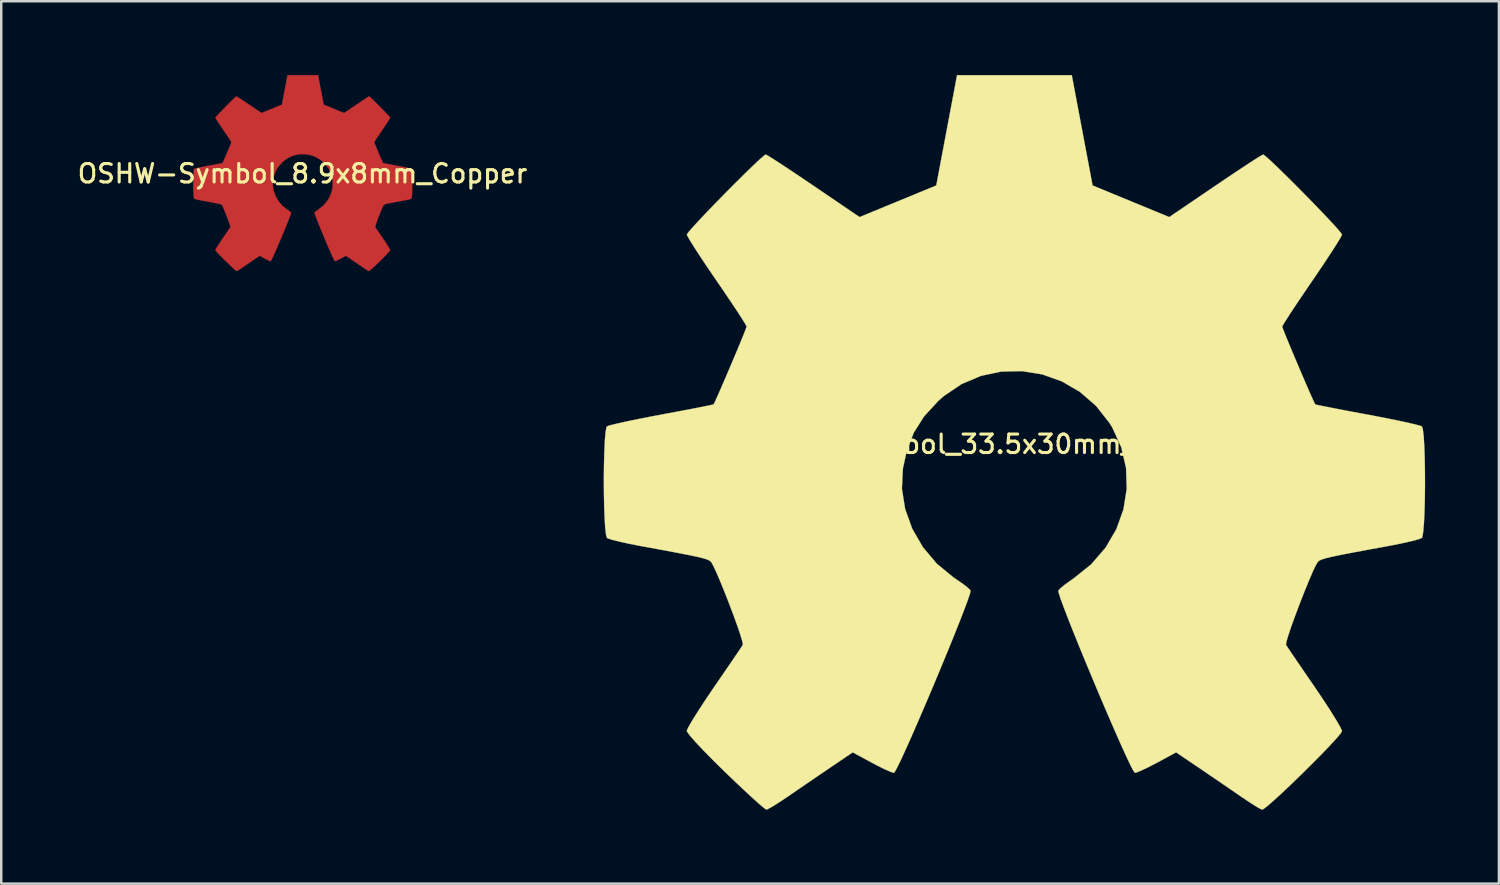
<source format=kicad_pcb>
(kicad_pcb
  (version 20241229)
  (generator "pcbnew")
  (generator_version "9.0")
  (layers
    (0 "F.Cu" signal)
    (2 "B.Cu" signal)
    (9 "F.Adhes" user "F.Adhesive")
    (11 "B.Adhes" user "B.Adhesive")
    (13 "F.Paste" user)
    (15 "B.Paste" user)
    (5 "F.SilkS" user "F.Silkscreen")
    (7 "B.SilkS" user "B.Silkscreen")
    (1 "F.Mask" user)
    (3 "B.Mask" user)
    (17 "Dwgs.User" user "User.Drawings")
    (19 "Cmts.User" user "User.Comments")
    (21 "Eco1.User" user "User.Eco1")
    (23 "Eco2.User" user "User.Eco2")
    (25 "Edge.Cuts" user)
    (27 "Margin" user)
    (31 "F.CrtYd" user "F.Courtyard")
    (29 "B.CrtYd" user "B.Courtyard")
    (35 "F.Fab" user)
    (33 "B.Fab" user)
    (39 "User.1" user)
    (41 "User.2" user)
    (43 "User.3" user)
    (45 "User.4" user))
  (footprint "OSHW-Symbol_33.5x30mm_SilkScreen"
    (layer "F.Cu")
    (at 38.112 14.993)
    (property "Reference" "OSHW-Symbol_33.5x30mm_SilkScreen" (at 0 0 0) (layer "F.SilkS") (effects (font (size 0.75 0.75) (thickness 0.125))))
    (attr exclude_from_pos_files exclude_from_bom allow_missing_courtyard)
    (fp_poly (pts (xy 2.8 -12.748) (xy 3.222 -10.509) (xy 4.779 -9.867) (xy 6.337 -9.225) (xy 8.206 -10.495) (xy 8.73 -10.849) (xy 9.203 -11.165) (xy 9.603 -11.429) (xy 9.91 -11.626) (xy 10.1 -11.741) (xy 10.151 -11.766) (xy 10.244 -11.702) (xy 10.443 -11.525) (xy 10.726 -11.257) (xy 11.07 -10.921) (xy 11.453 -10.54) (xy 11.852 -10.137) (xy 12.246 -9.733) (xy 12.612 -9.352) (xy 12.927 -9.017) (xy 13.17 -8.75) (xy 13.318 -8.573) (xy 13.354 -8.514) (xy 13.303 -8.405) (xy 13.16 -8.166) (xy 12.94 -7.821) (xy 12.658 -7.393) (xy 12.33 -6.905) (xy 12.14 -6.627) (xy 11.793 -6.118) (xy 11.485 -5.66) (xy 11.23 -5.274) (xy 11.044 -4.983) (xy 10.941 -4.81) (xy 10.926 -4.774) (xy 10.961 -4.67) (xy 11.056 -4.43) (xy 11.197 -4.086) (xy 11.37 -3.672) (xy 11.56 -3.222) (xy 11.753 -2.77) (xy 11.934 -2.35) (xy 12.089 -1.996) (xy 12.204 -1.741) (xy 12.265 -1.619) (xy 12.268 -1.615) (xy 12.363 -1.591) (xy 12.615 -1.54) (xy 12.999 -1.464) (xy 13.488 -1.37) (xy 14.056 -1.263) (xy 14.387 -1.202) (xy 14.994 -1.086) (xy 15.542 -0.976) (xy 16.004 -0.878) (xy 16.352 -0.797) (xy 16.557 -0.74) (xy 16.599 -0.722) (xy 16.639 -0.599) (xy 16.672 -0.323) (xy 16.697 0.076) (xy 16.714 0.564) (xy 16.723 1.11) (xy 16.725 1.68) (xy 16.719 2.242) (xy 16.705 2.765) (xy 16.683 3.215) (xy 16.654 3.56) (xy 16.618 3.768) (xy 16.596 3.812) (xy 16.464 3.864) (xy 16.185 3.938) (xy 15.796 4.026) (xy 15.333 4.119) (xy 15.172 4.149) (xy 14.393 4.292) (xy 13.777 4.407) (xy 13.305 4.498) (xy 12.956 4.571) (xy 12.71 4.63) (xy 12.546 4.68) (xy 12.444 4.724) (xy 12.384 4.768) (xy 12.375 4.777) (xy 12.291 4.918) (xy 12.162 5.191) (xy 12.002 5.565) (xy 11.823 6.004) (xy 11.638 6.475) (xy 11.46 6.946) (xy 11.302 7.382) (xy 11.178 7.75) (xy 11.098 8.017) (xy 11.078 8.149) (xy 11.079 8.153) (xy 11.15 8.261) (xy 11.309 8.497) (xy 11.541 8.839) (xy 11.829 9.26) (xy 12.156 9.736) (xy 12.249 9.871) (xy 12.58 10.362) (xy 12.872 10.81) (xy 13.108 11.189) (xy 13.273 11.473) (xy 13.35 11.638) (xy 13.354 11.658) (xy 13.289 11.764) (xy 13.11 11.975) (xy 12.84 12.267) (xy 12.502 12.618) (xy 12.119 13.005) (xy 11.714 13.406) (xy 11.309 13.799) (xy 10.928 14.159) (xy 10.594 14.466) (xy 10.33 14.696) (xy 10.159 14.826) (xy 10.112 14.848) (xy 10.001 14.798) (xy 9.775 14.662) (xy 9.471 14.464) (xy 9.236 14.305) (xy 8.812 14.013) (xy 8.309 13.669) (xy 7.804 13.325) (xy 7.533 13.141) (xy 6.615 12.52) (xy 5.845 12.937) (xy 5.494 13.12) (xy 5.195 13.261) (xy 4.993 13.342) (xy 4.942 13.354) (xy 4.88 13.27) (xy 4.758 13.036) (xy 4.585 12.671) (xy 4.37 12.197) (xy 4.122 11.637) (xy 3.851 11.011) (xy 3.564 10.343) (xy 3.273 9.652) (xy 2.985 8.961) (xy 2.709 8.292) (xy 2.456 7.666) (xy 2.233 7.105) (xy 2.051 6.631) (xy 1.917 6.265) (xy 1.842 6.029) (xy 1.83 5.948) (xy 1.926 5.844) (xy 2.136 5.676) (xy 2.416 5.479) (xy 2.44 5.463) (xy 3.164 4.883) (xy 3.749 4.206) (xy 4.188 3.454) (xy 4.476 2.649) (xy 4.609 1.812) (xy 4.581 0.965) (xy 4.388 0.129) (xy 4.024 -0.673) (xy 3.917 -0.849) (xy 3.36 -1.558) (xy 2.701 -2.127) (xy 1.965 -2.554) (xy 1.173 -2.835) (xy 0.348 -2.967) (xy -0.487 -2.948) (xy -1.309 -2.775) (xy -2.095 -2.444) (xy -2.823 -1.953) (xy -3.048 -1.754) (xy -3.621 -1.13) (xy -4.038 -0.473) (xy -4.325 0.263) (xy -4.484 0.993) (xy -4.524 1.813) (xy -4.392 2.636) (xy -4.104 3.437) (xy -3.671 4.185) (xy -3.108 4.854) (xy -2.427 5.416) (xy -2.338 5.475) (xy -2.054 5.669) (xy -1.839 5.837) (xy -1.736 5.944) (xy -1.734 5.948) (xy -1.756 6.064) (xy -1.844 6.327) (xy -1.988 6.716) (xy -2.18 7.209) (xy -2.409 7.784) (xy -2.668 8.42) (xy -2.947 9.095) (xy -3.236 9.788) (xy -3.528 10.476) (xy -3.812 11.137) (xy -4.079 11.752) (xy -4.322 12.297) (xy -4.529 12.751) (xy -4.693 13.092) (xy -4.804 13.299) (xy -4.848 13.354) (xy -4.985 13.311) (xy -5.24 13.198) (xy -5.57 13.033) (xy -5.751 12.937) (xy -6.522 12.52) (xy -7.44 13.141) (xy -7.908 13.459) (xy -8.421 13.809) (xy -8.902 14.139) (xy -9.143 14.305) (xy -9.482 14.532) (xy -9.768 14.713) (xy -9.966 14.823) (xy -10.03 14.846) (xy -10.123 14.783) (xy -10.33 14.608) (xy -10.63 14.338) (xy -11.003 13.992) (xy -11.429 13.588) (xy -11.699 13.329) (xy -12.17 12.865) (xy -12.578 12.451) (xy -12.905 12.103) (xy -13.135 11.84) (xy -13.252 11.678) (xy -13.263 11.646) (xy -13.211 11.521) (xy -13.068 11.269) (xy -12.848 10.916) (xy -12.57 10.486) (xy -12.247 10.005) (xy -12.155 9.871) (xy -11.821 9.384) (xy -11.521 8.946) (xy -11.272 8.581) (xy -11.091 8.313) (xy -10.995 8.168) (xy -10.986 8.153) (xy -11 8.038) (xy -11.074 7.783) (xy -11.194 7.424) (xy -11.349 6.994) (xy -11.525 6.525) (xy -11.71 6.052) (xy -11.89 5.608) (xy -12.053 5.226) (xy -12.186 4.941) (xy -12.275 4.785) (xy -12.282 4.777) (xy -12.337 4.733) (xy -12.429 4.688) (xy -12.58 4.64) (xy -12.809 4.583) (xy -13.137 4.513) (xy -13.584 4.426) (xy -14.17 4.315) (xy -14.917 4.178) (xy -15.078 4.149) (xy -15.557 4.056) (xy -15.974 3.966) (xy -16.294 3.886) (xy -16.478 3.826) (xy -16.502 3.812) (xy -16.543 3.687) (xy -16.576 3.409) (xy -16.601 3.009) (xy -16.619 2.52) (xy -16.629 1.974) (xy -16.632 1.404) (xy -16.626 0.842) (xy -16.613 0.32) (xy -16.592 -0.129) (xy -16.564 -0.473) (xy -16.527 -0.68) (xy -16.505 -0.722) (xy -16.383 -0.765) (xy -16.105 -0.834) (xy -15.698 -0.924) (xy -15.19 -1.029) (xy -14.61 -1.142) (xy -14.294 -1.202) (xy -13.694 -1.314) (xy -13.159 -1.415) (xy -12.715 -1.501) (xy -12.388 -1.567) (xy -12.205 -1.606) (xy -12.175 -1.615) (xy -12.124 -1.713) (xy -12.016 -1.95) (xy -11.866 -2.292) (xy -11.688 -2.704) (xy -11.496 -3.154) (xy -11.304 -3.607) (xy -11.128 -4.029) (xy -10.981 -4.386) (xy -10.878 -4.645) (xy -10.833 -4.772) (xy -10.832 -4.778) (xy -10.883 -4.878) (xy -11.026 -5.108) (xy -11.246 -5.446) (xy -11.527 -5.868) (xy -11.855 -6.352) (xy -12.046 -6.63) (xy -12.394 -7.14) (xy -12.703 -7.602) (xy -12.958 -7.995) (xy -13.144 -8.293) (xy -13.246 -8.475) (xy -13.26 -8.515) (xy -13.197 -8.61) (xy -13.022 -8.812) (xy -12.758 -9.099) (xy -12.428 -9.448) (xy -12.052 -9.837) (xy -11.655 -10.242) (xy -11.257 -10.642) (xy -10.882 -11.013) (xy -10.551 -11.333) (xy -10.288 -11.58) (xy -10.114 -11.73) (xy -10.056 -11.766) (xy -9.961 -11.716) (xy -9.734 -11.574) (xy -9.398 -11.356) (xy -8.973 -11.075) (xy -8.483 -10.746) (xy -8.113 -10.495) (xy -6.244 -9.225) (xy -4.686 -9.867) (xy -3.128 -10.509) (xy -2.706 -12.748) (xy -2.284 -14.988) (xy 2.377 -14.988) (xy 2.8 -12.748)) (stroke (width 0.01) (type solid)) (fill yes) (layer "F.SilkS")))
  (footprint "OSHW-Symbol_8.9x8mm_Copper"
    (layer "F.Cu")
    (at 9.238 4.002)
    (property "Reference" "OSHW-Symbol_8.9x8mm_Copper" (at 0 0 0) (layer "F.SilkS") (effects (font (size 0.75 0.75) (thickness 0.125))))
    (attr exclude_from_pos_files exclude_from_bom allow_missing_courtyard)
    (fp_poly (pts (xy 0.747 -3.4) (xy 0.859 -2.802) (xy 1.275 -2.631) (xy 1.69 -2.46) (xy 2.188 -2.799) (xy 2.328 -2.893) (xy 2.454 -2.977) (xy 2.561 -3.048) (xy 2.643 -3.1) (xy 2.693 -3.131) (xy 2.707 -3.138) (xy 2.732 -3.121) (xy 2.785 -3.073) (xy 2.86 -3.002) (xy 2.952 -2.912) (xy 3.054 -2.811) (xy 3.161 -2.703) (xy 3.266 -2.596) (xy 3.363 -2.494) (xy 3.447 -2.405) (xy 3.512 -2.333) (xy 3.552 -2.286) (xy 3.561 -2.27) (xy 3.547 -2.241) (xy 3.509 -2.178) (xy 3.451 -2.086) (xy 3.376 -1.971) (xy 3.288 -1.841) (xy 3.237 -1.767) (xy 3.145 -1.632) (xy 3.063 -1.509) (xy 2.995 -1.406) (xy 2.945 -1.329) (xy 2.918 -1.283) (xy 2.914 -1.273) (xy 2.923 -1.245) (xy 2.948 -1.181) (xy 2.986 -1.09) (xy 3.032 -0.979) (xy 3.083 -0.859) (xy 3.134 -0.739) (xy 3.182 -0.627) (xy 3.224 -0.532) (xy 3.254 -0.464) (xy 3.271 -0.432) (xy 3.272 -0.431) (xy 3.297 -0.424) (xy 3.364 -0.411) (xy 3.466 -0.39) (xy 3.597 -0.365) (xy 3.748 -0.337) (xy 3.837 -0.32) (xy 3.998 -0.29) (xy 4.145 -0.26) (xy 4.268 -0.234) (xy 4.36 -0.213) (xy 4.415 -0.197) (xy 4.426 -0.193) (xy 4.437 -0.16) (xy 4.446 -0.086) (xy 4.452 0.02) (xy 4.457 0.15) (xy 4.46 0.296) (xy 4.46 0.448) (xy 4.458 0.598) (xy 4.455 0.737) (xy 4.449 0.857) (xy 4.441 0.949) (xy 4.431 1.005) (xy 4.425 1.016) (xy 4.39 1.03) (xy 4.316 1.05) (xy 4.212 1.074) (xy 4.089 1.098) (xy 4.046 1.106) (xy 3.838 1.144) (xy 3.674 1.175) (xy 3.548 1.2) (xy 3.455 1.219) (xy 3.389 1.235) (xy 3.346 1.248) (xy 3.318 1.26) (xy 3.302 1.272) (xy 3.3 1.274) (xy 3.278 1.311) (xy 3.243 1.384) (xy 3.2 1.484) (xy 3.153 1.601) (xy 3.103 1.727) (xy 3.056 1.852) (xy 3.014 1.969) (xy 2.981 2.067) (xy 2.96 2.138) (xy 2.954 2.173) (xy 2.954 2.174) (xy 2.973 2.203) (xy 3.016 2.266) (xy 3.078 2.357) (xy 3.154 2.469) (xy 3.241 2.596) (xy 3.266 2.632) (xy 3.355 2.763) (xy 3.433 2.883) (xy 3.496 2.984) (xy 3.539 3.06) (xy 3.56 3.103) (xy 3.561 3.109) (xy 3.544 3.137) (xy 3.496 3.193) (xy 3.424 3.271) (xy 3.334 3.365) (xy 3.232 3.468) (xy 3.124 3.575) (xy 3.016 3.68) (xy 2.914 3.776) (xy 2.825 3.858) (xy 2.755 3.919) (xy 2.709 3.954) (xy 2.696 3.959) (xy 2.667 3.946) (xy 2.607 3.91) (xy 2.526 3.857) (xy 2.463 3.815) (xy 2.35 3.737) (xy 2.216 3.645) (xy 2.081 3.553) (xy 2.009 3.504) (xy 1.764 3.339) (xy 1.559 3.45) (xy 1.465 3.499) (xy 1.385 3.536) (xy 1.331 3.558) (xy 1.318 3.561) (xy 1.301 3.539) (xy 1.269 3.476) (xy 1.223 3.379) (xy 1.165 3.253) (xy 1.099 3.103) (xy 1.027 2.936) (xy 0.951 2.758) (xy 0.873 2.574) (xy 0.796 2.39) (xy 0.723 2.211) (xy 0.655 2.044) (xy 0.596 1.895) (xy 0.547 1.768) (xy 0.511 1.671) (xy 0.491 1.608) (xy 0.488 1.586) (xy 0.513 1.558) (xy 0.57 1.514) (xy 0.644 1.461) (xy 0.651 1.457) (xy 0.844 1.302) (xy 1 1.122) (xy 1.117 0.921) (xy 1.194 0.706) (xy 1.229 0.483) (xy 1.222 0.257) (xy 1.17 0.034) (xy 1.073 -0.18) (xy 1.044 -0.226) (xy 0.896 -0.415) (xy 0.72 -0.567) (xy 0.524 -0.681) (xy 0.313 -0.756) (xy 0.093 -0.791) (xy -0.13 -0.786) (xy -0.349 -0.74) (xy -0.559 -0.652) (xy -0.753 -0.521) (xy -0.813 -0.468) (xy -0.966 -0.301) (xy -1.077 -0.126) (xy -1.153 0.07) (xy -1.196 0.265) (xy -1.206 0.483) (xy -1.171 0.703) (xy -1.094 0.916) (xy -0.979 1.116) (xy -0.829 1.294) (xy -0.647 1.444) (xy -0.623 1.46) (xy -0.548 1.512) (xy -0.49 1.557) (xy -0.463 1.585) (xy -0.462 1.586) (xy -0.468 1.617) (xy -0.492 1.687) (xy -0.53 1.791) (xy -0.581 1.922) (xy -0.642 2.076) (xy -0.711 2.245) (xy -0.786 2.425) (xy -0.863 2.61) (xy -0.941 2.793) (xy -1.016 2.97) (xy -1.088 3.134) (xy -1.152 3.279) (xy -1.208 3.4) (xy -1.251 3.491) (xy -1.281 3.546) (xy -1.293 3.561) (xy -1.329 3.55) (xy -1.397 3.519) (xy -1.485 3.476) (xy -1.534 3.45) (xy -1.739 3.339) (xy -1.984 3.504) (xy -2.109 3.589) (xy -2.246 3.683) (xy -2.374 3.77) (xy -2.438 3.815) (xy -2.528 3.875) (xy -2.605 3.923) (xy -2.658 3.953) (xy -2.675 3.959) (xy -2.7 3.942) (xy -2.755 3.895) (xy -2.835 3.823) (xy -2.934 3.731) (xy -3.048 3.623) (xy -3.12 3.554) (xy -3.245 3.431) (xy -3.354 3.32) (xy -3.441 3.227) (xy -3.503 3.157) (xy -3.534 3.114) (xy -3.537 3.105) (xy -3.523 3.072) (xy -3.485 3.005) (xy -3.426 2.911) (xy -3.352 2.796) (xy -3.266 2.668) (xy -3.241 2.632) (xy -3.152 2.502) (xy -3.072 2.386) (xy -3.006 2.288) (xy -2.958 2.217) (xy -2.932 2.178) (xy -2.93 2.174) (xy -2.933 2.143) (xy -2.953 2.076) (xy -2.985 1.98) (xy -3.026 1.865) (xy -3.073 1.74) (xy -3.123 1.614) (xy -3.171 1.495) (xy -3.214 1.394) (xy -3.25 1.318) (xy -3.273 1.276) (xy -3.275 1.274) (xy -3.29 1.262) (xy -3.314 1.25) (xy -3.355 1.237) (xy -3.416 1.222) (xy -3.503 1.204) (xy -3.622 1.18) (xy -3.779 1.151) (xy -3.978 1.114) (xy -4.021 1.106) (xy -4.149 1.082) (xy -4.26 1.058) (xy -4.345 1.036) (xy -4.394 1.02) (xy -4.401 1.016) (xy -4.411 0.983) (xy -4.42 0.909) (xy -4.427 0.802) (xy -4.432 0.672) (xy -4.434 0.526) (xy -4.435 0.374) (xy -4.434 0.224) (xy -4.43 0.085) (xy -4.425 -0.034) (xy -4.417 -0.126) (xy -4.407 -0.181) (xy -4.401 -0.193) (xy -4.369 -0.204) (xy -4.295 -0.222) (xy -4.186 -0.246) (xy -4.051 -0.274) (xy -3.896 -0.305) (xy -3.812 -0.32) (xy -3.652 -0.35) (xy -3.509 -0.377) (xy -3.391 -0.4) (xy -3.304 -0.418) (xy -3.255 -0.428) (xy -3.247 -0.431) (xy -3.233 -0.457) (xy -3.204 -0.52) (xy -3.164 -0.611) (xy -3.117 -0.721) (xy -3.065 -0.841) (xy -3.014 -0.962) (xy -2.967 -1.074) (xy -2.928 -1.17) (xy -2.901 -1.239) (xy -2.889 -1.273) (xy -2.889 -1.274) (xy -2.902 -1.301) (xy -2.94 -1.362) (xy -2.999 -1.452) (xy -3.074 -1.565) (xy -3.161 -1.694) (xy -3.212 -1.768) (xy -3.305 -1.904) (xy -3.387 -2.027) (xy -3.455 -2.132) (xy -3.505 -2.212) (xy -3.532 -2.26) (xy -3.536 -2.271) (xy -3.519 -2.296) (xy -3.473 -2.35) (xy -3.402 -2.426) (xy -3.314 -2.519) (xy -3.214 -2.623) (xy -3.108 -2.731) (xy -3.002 -2.838) (xy -2.902 -2.937) (xy -2.814 -3.022) (xy -2.743 -3.088) (xy -2.697 -3.128) (xy -2.682 -3.138) (xy -2.656 -3.124) (xy -2.596 -3.086) (xy -2.506 -3.028) (xy -2.393 -2.953) (xy -2.262 -2.866) (xy -2.163 -2.799) (xy -1.665 -2.46) (xy -1.25 -2.631) (xy -0.834 -2.802) (xy -0.722 -3.4) (xy -0.609 -3.997) (xy 0.634 -3.997) (xy 0.747 -3.4)) (stroke (width 0.01) (type solid)) (fill yes) (layer "F.Cu")))
  (gr_rect
    (start -3 -3)
    (end 57.841 32.846)
    (stroke (width 0.1) (type default))
    (fill no)
    (layer "Edge.Cuts")))
</source>
